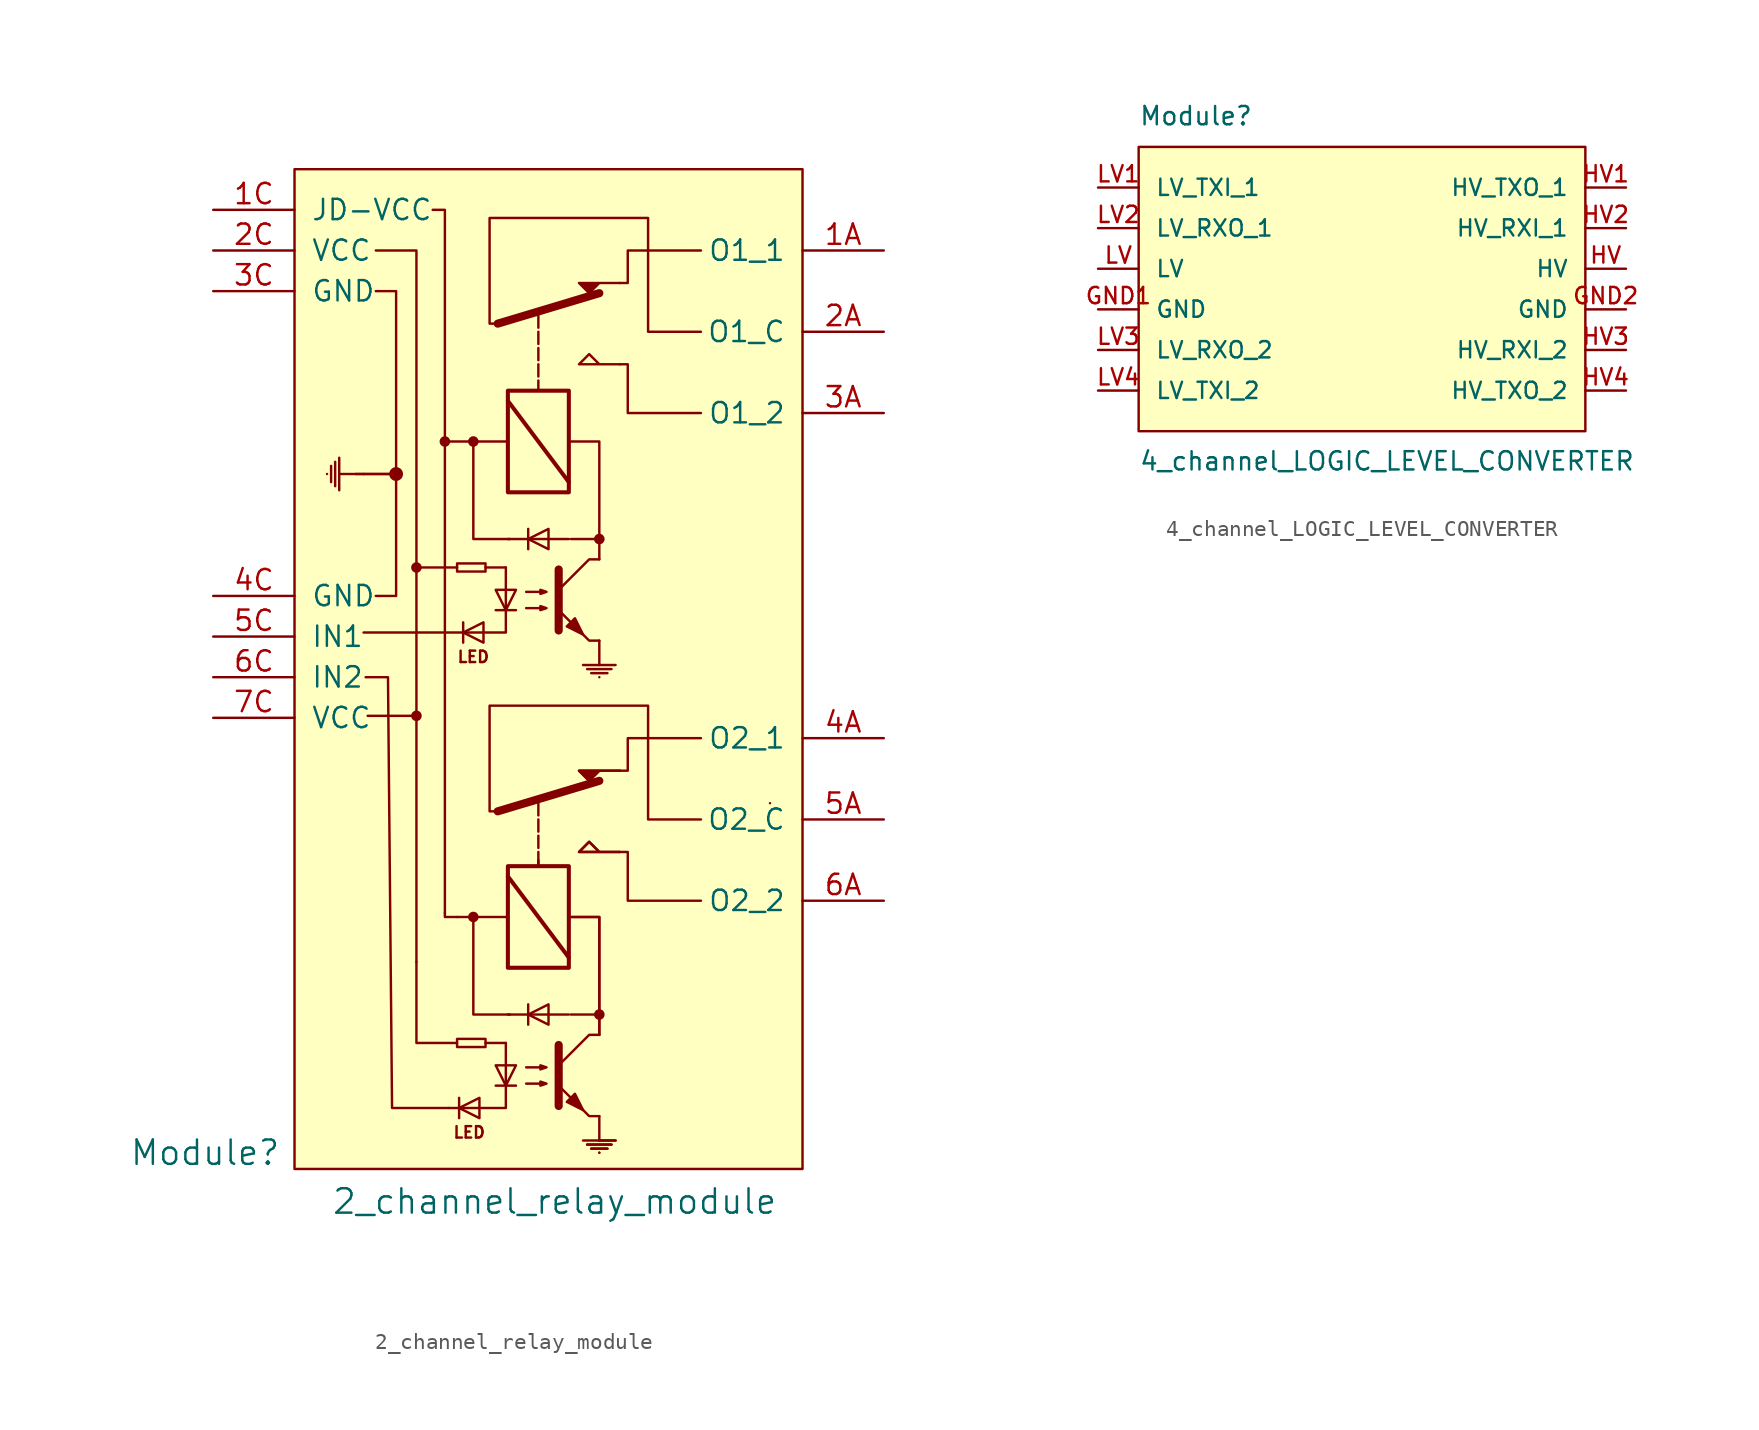
<source format=kicad_sym>
(kicad_symbol_lib
  (version 20211014)
  (generator kicad_symbol_editor)
  (symbol "2_channel_relay_module"
    (pin_names
      (offset 1.016))
    (property "Reference" "Module"
      (at -5.588 -61.468 0)
      (effects (font (size 1.524 1.524))))
    (property "Value" "2_channel_relay_module"
      (at 16.256 -64.516 0)
      (effects (font (size 1.524 1.524))))
    (symbol "2_channel_relay_module_0_0"
      (polyline (pts (xy 5.08 -5.08) (xy 7.62 -5.08) (xy 7.62 -49.53)) (stroke (width 0) (type default) (color 0 0 0 0)) (fill (type none)))
      (polyline (pts (xy 6.35 -19.05) (xy 6.35 -26.67) (xy 5.08 -26.67)) (stroke (width 0) (type default) (color 0 0 0 0)) (fill (type none)))
      (polyline (pts (xy 5.08 -7.62) (xy 6.35 -7.62) (xy 6.35 -19.05) (xy 3.81 -19.05)) (stroke (width 0) (type default) (color 0 0 0 0)) (fill (type none)))
      (text "LED" (at 10.922 -60.198 0) (effects (font (size 0.711 0.711))))
      (text "LED" (at 11.176 -30.48 0) (effects (font (size 0.711 0.711)))))
    (symbol "2_channel_relay_module_0_1"
      (polyline (pts (xy 2.032 -19.05) (xy 2.032 -19.05)) (stroke (width 0) (type default) (color 0 0 0 0)) (fill (type none)))
      (polyline (pts (xy 2.286 -18.542) (xy 2.286 -19.558)) (stroke (width 0) (type default) (color 0 0 0 0)) (fill (type none)))
      (polyline (pts (xy 2.54 -18.288) (xy 2.54 -19.812)) (stroke (width 0) (type default) (color 0 0 0 0)) (fill (type none)))
      (polyline (pts (xy 2.794 -19.05) (xy 2.794 -20.066)) (stroke (width 0) (type default) (color 0 0 0 0)) (fill (type none)))
      (polyline (pts (xy 4.572 -34.163) (xy 7.62 -34.163)) (stroke (width 0) (type default) (color 0 0 0 0)) (fill (type none)))
      (polyline (pts (xy 6.096 -19.05) (xy 4.318 -19.05)) (stroke (width 0) (type default) (color 0 0 0 0)) (fill (type none)))
      (polyline (pts (xy 10.16 -24.892) (xy 7.62 -24.892)) (stroke (width 0) (type default) (color 0 0 0 0)) (fill (type none)))
      (polyline (pts (xy 11.938 -54.61) (xy 13.208 -54.61)) (stroke (width 0) (type default) (color 0 0 0 0)) (fill (type none)))
      (polyline (pts (xy 11.938 -24.892) (xy 13.208 -24.892)) (stroke (width 0) (type default) (color 0 0 0 0)) (fill (type none)))
      (polyline (pts (xy 13.259 -17.018) (xy 9.398 -17.018)) (stroke (width 0) (type default) (color 0 0 0 0)) (fill (type none)))
      (polyline (pts (xy 15.24 -13.208) (xy 15.24 -13.716)) (stroke (width 0) (type default) (color 0 0 0 0)) (fill (type none)))
      (polyline (pts (xy 15.24 -12.192) (xy 15.24 -12.954)) (stroke (width 0) (type default) (color 0 0 0 0)) (fill (type none)))
      (polyline (pts (xy 15.24 -11.176) (xy 15.24 -11.938)) (stroke (width 0) (type default) (color 0 0 0 0)) (fill (type none)))
      (polyline (pts (xy 15.24 -10.16) (xy 15.24 -10.922)) (stroke (width 0) (type default) (color 0 0 0 0)) (fill (type none)))
      (polyline (pts (xy 15.24 -9.144) (xy 15.24 -9.906)) (stroke (width 0) (type default) (color 0 0 0 0)) (fill (type none)))
      (polyline (pts (xy 17.272 -23.114) (xy 19.05 -23.114)) (stroke (width 0) (type default) (color 0 0 0 0)) (fill (type none)))
      (polyline (pts (xy 18.288 -60.96) (xy 19.812 -60.96)) (stroke (width 0) (type default) (color 0 0 0 0)) (fill (type none)))
      (polyline (pts (xy 18.288 -31.242) (xy 19.812 -31.242)) (stroke (width 0) (type default) (color 0 0 0 0)) (fill (type none)))
      (polyline (pts (xy 18.542 -61.214) (xy 19.558 -61.214)) (stroke (width 0) (type default) (color 0 0 0 0)) (fill (type none)))
      (polyline (pts (xy 18.542 -31.496) (xy 19.558 -31.496)) (stroke (width 0) (type default) (color 0 0 0 0)) (fill (type none)))
      (polyline (pts (xy 19.05 -61.468) (xy 19.05 -61.468)) (stroke (width 0) (type default) (color 0 0 0 0)) (fill (type none)))
      (polyline (pts (xy 19.05 -60.706) (xy 20.066 -60.706)) (stroke (width 0) (type default) (color 0 0 0 0)) (fill (type none)))
      (polyline (pts (xy 19.05 -31.75) (xy 19.05 -31.75)) (stroke (width 0) (type default) (color 0 0 0 0)) (fill (type none)))
      (polyline (pts (xy 19.05 -30.988) (xy 20.066 -30.988)) (stroke (width 0) (type default) (color 0 0 0 0)) (fill (type none)))
      (polyline (pts (xy 29.718 -39.624) (xy 29.718 -39.624)) (stroke (width 0) (type default) (color 0 0 0 0)) (fill (type none)))
      (polyline (pts (xy 4.318 -19.05) (xy 2.794 -19.05) (xy 2.794 -18.034)) (stroke (width 0) (type default) (color 0 0 0 0)) (fill (type none)))
      (polyline (pts (xy 8.636 -2.54) (xy 9.398 -2.54) (xy 9.398 -46.482)) (stroke (width 0) (type default) (color 0 0 0 0)) (fill (type none)))
      (polyline (pts (xy 10.16 -54.61) (xy 7.62 -54.61) (xy 7.62 -49.53)) (stroke (width 0) (type default) (color 0 0 0 0)) (fill (type none)))
      (polyline (pts (xy 10.16 -46.736) (xy 9.398 -46.736) (xy 9.398 -46.482)) (stroke (width 0) (type default) (color 0 0 0 0)) (fill (type none)))
      (polyline (pts (xy 13.208 -54.61) (xy 13.208 -58.674) (xy 9.652 -58.674)) (stroke (width 0) (type default) (color 0 0 0 0)) (fill (type none)))
      (polyline (pts (xy 13.208 -24.892) (xy 13.208 -28.956) (xy 4.318 -28.956)) (stroke (width 0) (type default) (color 0 0 0 0)) (fill (type none)))
      (polyline (pts (xy 13.462 -23.114) (xy 11.176 -23.114) (xy 11.176 -17.018)) (stroke (width 0) (type default) (color 0 0 0 0)) (fill (type none)))
      (polyline (pts (xy 17.272 -46.736) (xy 19.05 -46.736) (xy 19.05 -54.102)) (stroke (width 0) (type default) (color 0 0 0 0)) (fill (type none)))
      (polyline (pts (xy 17.272 -17.018) (xy 19.05 -17.018) (xy 19.05 -24.384)) (stroke (width 0) (type default) (color 0 0 0 0)) (fill (type none)))
      (polyline (pts (xy 19.05 -59.182) (xy 19.05 -60.706) (xy 18.034 -60.706)) (stroke (width 0) (type default) (color 0 0 0 0)) (fill (type none)))
      (polyline (pts (xy 19.05 -29.464) (xy 19.05 -30.988) (xy 18.034 -30.988)) (stroke (width 0) (type default) (color 0 0 0 0)) (fill (type none)))
      (polyline (pts (xy 4.445 -31.75) (xy 5.842 -31.75) (xy 6.096 -58.674) (xy 9.652 -58.674)) (stroke (width 0) (type default) (color 0 0 0 0)) (fill (type none)))
      (polyline (pts (xy 20.32 -42.672) (xy 20.828 -42.672) (xy 20.828 -45.72) (xy 25.4 -45.72)) (stroke (width 0) (type default) (color 0 0 0 0)) (fill (type none)))
      (polyline (pts (xy 20.32 -37.592) (xy 20.828 -37.592) (xy 20.828 -35.56) (xy 25.4 -35.56)) (stroke (width 0) (type default) (color 0 0 0 0)) (fill (type none)))
      (polyline (pts (xy 20.32 -12.192) (xy 20.828 -12.192) (xy 20.828 -15.24) (xy 25.4 -15.24)) (stroke (width 0) (type default) (color 0 0 0 0)) (fill (type none)))
      (polyline (pts (xy 20.32 -7.112) (xy 20.828 -7.112) (xy 20.828 -5.08) (xy 25.4 -5.08)) (stroke (width 0) (type default) (color 0 0 0 0)) (fill (type none)))
      (polyline (pts (xy 25.4 -40.64) (xy 22.098 -40.64) (xy 22.098 -33.528) (xy 12.192 -33.528) (xy 12.192 -40.132) (xy 12.7 -40.132)) (stroke (width 0) (type default) (color 0 0 0 0)) (fill (type none)))
      (polyline (pts (xy 25.4 -10.16) (xy 22.098 -10.16) (xy 22.098 -3.048) (xy 12.192 -3.048) (xy 12.192 -9.652) (xy 12.7 -9.652)) (stroke (width 0) (type default) (color 0 0 0 0)) (fill (type none)))
      (circle (center 6.35 -19.05) (radius 0.356) (stroke (width 0) (type default) (color 0 0 0 0)) (fill (type outline)))
      (circle (center 7.62 -34.163) (radius 0.254) (stroke (width 0) (type default) (color 0 0 0 0)) (fill (type outline)))
      (circle (center 7.62 -24.892) (radius 0.254) (stroke (width 0) (type default) (color 0 0 0 0)) (fill (type outline)))
      (circle (center 9.398 -17.018) (radius 0.254) (stroke (width 0) (type default) (color 0 0 0 0)) (fill (type outline)))
      (circle (center 11.176 -17.018) (radius 0.254) (stroke (width 0) (type default) (color 0 0 0 0)) (fill (type outline)))
      (rectangle (start 11.938 -54.864) (end 10.16 -54.356) (stroke (width 0) (type default) (color 0 0 0 0)) (fill (type none)))
      (rectangle (start 11.938 -25.146) (end 10.16 -24.638) (stroke (width 0) (type default) (color 0 0 0 0)) (fill (type none)))
      (circle (center 19.05 -23.114) (radius 0.254) (stroke (width 0) (type default) (color 0 0 0 0)) (fill (type outline)))
      (rectangle (start 31.75 -62.484) (end 0 0) (stroke (width 0) (type default) (color 0 0 0 0)) (fill (type background))))
    (symbol "2_channel_relay_module_1_1"
      (polyline (pts (xy 10.16 -46.736) (xy 13.335 -46.736)) (stroke (width 0) (type default) (color 0 0 0 0)) (fill (type none)))
      (polyline (pts (xy 10.287 -58.039) (xy 10.287 -59.309)) (stroke (width 0) (type default) (color 0 0 0 0)) (fill (type none)))
      (polyline (pts (xy 10.541 -28.321) (xy 10.541 -29.591)) (stroke (width 0) (type default) (color 0 0 0 0)) (fill (type none)))
      (polyline (pts (xy 12.573 -57.277) (xy 13.843 -57.277)) (stroke (width 0) (type default) (color 0 0 0 0)) (fill (type none)))
      (polyline (pts (xy 12.573 -27.559) (xy 13.843 -27.559)) (stroke (width 0) (type default) (color 0 0 0 0)) (fill (type none)))
      (polyline (pts (xy 12.7 -40.132) (xy 19.05 -38.227)) (stroke (width 0.508) (type default) (color 0 0 0 0)) (fill (type none)))
      (polyline (pts (xy 12.7 -9.652) (xy 19.05 -7.747)) (stroke (width 0.508) (type default) (color 0 0 0 0)) (fill (type none)))
      (polyline (pts (xy 14.605 -52.197) (xy 14.605 -53.467)) (stroke (width 0) (type default) (color 0 0 0 0)) (fill (type none)))
      (polyline (pts (xy 14.605 -22.479) (xy 14.605 -23.749)) (stroke (width 0) (type default) (color 0 0 0 0)) (fill (type none)))
      (polyline (pts (xy 15.24 -43.18) (xy 15.24 -43.434)) (stroke (width 0) (type default) (color 0 0 0 0)) (fill (type none)))
      (polyline (pts (xy 15.24 -42.672) (xy 15.24 -43.434)) (stroke (width 0) (type default) (color 0 0 0 0)) (fill (type none)))
      (polyline (pts (xy 15.24 -41.656) (xy 15.24 -42.418)) (stroke (width 0) (type default) (color 0 0 0 0)) (fill (type none)))
      (polyline (pts (xy 15.24 -40.64) (xy 15.24 -41.402)) (stroke (width 0) (type default) (color 0 0 0 0)) (fill (type none)))
      (polyline (pts (xy 15.24 -39.624) (xy 15.24 -40.386)) (stroke (width 0) (type default) (color 0 0 0 0)) (fill (type none)))
      (polyline (pts (xy 17.145 -49.276) (xy 13.335 -44.196)) (stroke (width 0.254) (type default) (color 0 0 0 0)) (fill (type none)))
      (polyline (pts (xy 17.145 -19.558) (xy 13.335 -14.478)) (stroke (width 0.254) (type default) (color 0 0 0 0)) (fill (type none)))
      (polyline (pts (xy 17.272 -52.832) (xy 19.05 -52.832)) (stroke (width 0) (type default) (color 0 0 0 0)) (fill (type none)))
      (polyline (pts (xy 18.288 -60.96) (xy 19.812 -60.96)) (stroke (width 0) (type default) (color 0 0 0 0)) (fill (type none)))
      (polyline (pts (xy 18.542 -61.214) (xy 19.558 -61.214)) (stroke (width 0) (type default) (color 0 0 0 0)) (fill (type none)))
      (polyline (pts (xy 19.05 -61.468) (xy 19.05 -61.468)) (stroke (width 0) (type default) (color 0 0 0 0)) (fill (type none)))
      (polyline (pts (xy 19.05 -60.706) (xy 20.066 -60.706)) (stroke (width 0) (type default) (color 0 0 0 0)) (fill (type none)))
      (polyline (pts (xy 13.335 -52.832) (xy 16.51 -52.832) (xy 17.145 -52.832)) (stroke (width 0) (type default) (color 0 0 0 0)) (fill (type none)))
      (polyline (pts (xy 13.335 -23.114) (xy 16.51 -23.114) (xy 17.145 -23.114)) (stroke (width 0) (type default) (color 0 0 0 0)) (fill (type none)))
      (polyline (pts (xy 13.462 -52.832) (xy 11.176 -52.832) (xy 11.176 -46.736)) (stroke (width 0) (type default) (color 0 0 0 0)) (fill (type none)))
      (polyline (pts (xy 16.51 -54.737) (xy 16.51 -58.547) (xy 16.51 -58.547)) (stroke (width 0.508) (type default) (color 0 0 0 0)) (fill (type none)))
      (polyline (pts (xy 16.51 -25.019) (xy 16.51 -28.829) (xy 16.51 -28.829)) (stroke (width 0.508) (type default) (color 0 0 0 0)) (fill (type none)))
      (polyline (pts (xy 17.272 -46.736) (xy 19.05 -46.736) (xy 19.05 -54.102)) (stroke (width 0) (type default) (color 0 0 0 0)) (fill (type none)))
      (polyline (pts (xy 10.287 -58.674) (xy 11.557 -58.039) (xy 11.557 -59.309) (xy 10.287 -58.674)) (stroke (width 0) (type default) (color 0 0 0 0)) (fill (type none)))
      (polyline (pts (xy 10.541 -28.956) (xy 11.811 -28.321) (xy 11.811 -29.591) (xy 10.541 -28.956)) (stroke (width 0) (type default) (color 0 0 0 0)) (fill (type none)))
      (polyline (pts (xy 13.208 -57.277) (xy 12.573 -56.007) (xy 13.843 -56.007) (xy 13.208 -57.277)) (stroke (width 0) (type default) (color 0 0 0 0)) (fill (type none)))
      (polyline (pts (xy 13.208 -27.559) (xy 12.573 -26.289) (xy 13.843 -26.289) (xy 13.208 -27.559)) (stroke (width 0) (type default) (color 0 0 0 0)) (fill (type none)))
      (polyline (pts (xy 14.605 -52.832) (xy 15.875 -52.197) (xy 15.875 -53.467) (xy 14.605 -52.832)) (stroke (width 0) (type default) (color 0 0 0 0)) (fill (type none)))
      (polyline (pts (xy 14.605 -23.114) (xy 15.875 -22.479) (xy 15.875 -23.749) (xy 14.605 -23.114)) (stroke (width 0) (type default) (color 0 0 0 0)) (fill (type none)))
      (polyline (pts (xy 20.32 -42.672) (xy 17.78 -42.672) (xy 18.415 -42.037) (xy 19.05 -42.672)) (stroke (width 0) (type default) (color 0 0 0 0)) (fill (type none)))
      (polyline (pts (xy 20.32 -42.672) (xy 17.78 -42.672) (xy 18.415 -42.037) (xy 19.05 -42.672)) (stroke (width 0) (type default) (color 0 0 0 0)) (fill (type none)))
      (polyline (pts (xy 20.32 -37.592) (xy 17.78 -37.592) (xy 18.415 -38.227) (xy 19.05 -37.592)) (stroke (width 0) (type default) (color 0 0 0 0)) (fill (type outline)))
      (polyline (pts (xy 20.32 -37.592) (xy 17.78 -37.592) (xy 18.415 -38.227) (xy 19.05 -37.592)) (stroke (width 0) (type default) (color 0 0 0 0)) (fill (type outline)))
      (polyline (pts (xy 20.32 -12.192) (xy 17.78 -12.192) (xy 18.415 -11.557) (xy 19.05 -12.192)) (stroke (width 0) (type default) (color 0 0 0 0)) (fill (type none)))
      (polyline (pts (xy 20.32 -7.112) (xy 17.78 -7.112) (xy 18.415 -7.747) (xy 19.05 -7.112)) (stroke (width 0) (type default) (color 0 0 0 0)) (fill (type outline)))
      (polyline (pts (xy 14.478 -57.15) (xy 15.748 -57.15) (xy 15.367 -57.277) (xy 15.367 -57.023) (xy 15.748 -57.15)) (stroke (width 0) (type default) (color 0 0 0 0)) (fill (type none)))
      (polyline (pts (xy 14.478 -56.134) (xy 15.748 -56.134) (xy 15.367 -56.261) (xy 15.367 -56.007) (xy 15.748 -56.134)) (stroke (width 0) (type default) (color 0 0 0 0)) (fill (type none)))
      (polyline (pts (xy 14.478 -27.432) (xy 15.748 -27.432) (xy 15.367 -27.559) (xy 15.367 -27.305) (xy 15.748 -27.432)) (stroke (width 0) (type default) (color 0 0 0 0)) (fill (type none)))
      (polyline (pts (xy 14.478 -26.416) (xy 15.748 -26.416) (xy 15.367 -26.543) (xy 15.367 -26.289) (xy 15.748 -26.416)) (stroke (width 0) (type default) (color 0 0 0 0)) (fill (type none)))
      (polyline (pts (xy 17.018 -58.293) (xy 17.526 -57.785) (xy 18.034 -58.801) (xy 17.018 -58.293) (xy 17.018 -58.293)) (stroke (width 0) (type default) (color 0 0 0 0)) (fill (type outline)))
      (polyline (pts (xy 17.018 -28.575) (xy 17.526 -28.067) (xy 18.034 -29.083) (xy 17.018 -28.575) (xy 17.018 -28.575)) (stroke (width 0) (type default) (color 0 0 0 0)) (fill (type outline)))
      (polyline (pts (xy 19.05 -54.102) (xy 18.415 -54.102) (xy 16.51 -56.007) (xy 16.51 -57.277) (xy 18.415 -59.182) (xy 19.05 -59.182)) (stroke (width 0) (type default) (color 0 0 0 0)) (fill (type none)))
      (polyline (pts (xy 19.05 -24.384) (xy 18.415 -24.384) (xy 16.51 -26.289) (xy 16.51 -27.559) (xy 18.415 -29.464) (xy 19.05 -29.464)) (stroke (width 0) (type default) (color 0 0 0 0)) (fill (type none)))
      (circle (center 11.176 -46.736) (radius 0.254) (stroke (width 0) (type default) (color 0 0 0 0)) (fill (type outline)))
      (rectangle (start 17.145 -43.561) (end 13.335 -49.911) (stroke (width 0.254) (type default) (color 0 0 0 0)) (fill (type none)))
      (rectangle (start 17.145 -13.843) (end 13.335 -20.193) (stroke (width 0.254) (type default) (color 0 0 0 0)) (fill (type none)))
      (circle (center 19.05 -52.832) (radius 0.254) (stroke (width 0) (type default) (color 0 0 0 0)) (fill (type outline)))
      (pin passive line (at 36.83 -5.08 180) (length 5.08) (name "O1_1" (effects (font (size 1.27 1.27)))) (number "1A" (effects (font (size 1.27 1.27)))))
      (pin power_in line (at -5.08 -2.54 0) (length 5.08) (name "JD-VCC" (effects (font (size 1.27 1.27)))) (number "1C" (effects (font (size 1.27 1.27)))))
      (pin passive line (at 36.83 -10.16 180) (length 5.08) (name "O1_C" (effects (font (size 1.27 1.27)))) (number "2A" (effects (font (size 1.27 1.27)))))
      (pin power_in line (at -5.08 -5.08 0) (length 5.08) (name "VCC" (effects (font (size 1.27 1.27)))) (number "2C" (effects (font (size 1.27 1.27)))))
      (pin passive line (at 36.83 -15.24 180) (length 5.08) (name "O1_2" (effects (font (size 1.27 1.27)))) (number "3A" (effects (font (size 1.27 1.27)))))
      (pin power_in line (at -5.08 -7.62 0) (length 5.08) (name "GND" (effects (font (size 1.27 1.27)))) (number "3C" (effects (font (size 1.27 1.27)))))
      (pin passive line (at 36.83 -35.56 180) (length 5.08) (name "O2_1" (effects (font (size 1.27 1.27)))) (number "4A" (effects (font (size 1.27 1.27)))))
      (pin power_in line (at -5.08 -26.67 0) (length 5.08) (name "GND" (effects (font (size 1.27 1.27)))) (number "4C" (effects (font (size 1.27 1.27)))))
      (pin passive line (at 36.83 -40.64 180) (length 5.08) (name "O2_C" (effects (font (size 1.27 1.27)))) (number "5A" (effects (font (size 1.27 1.27)))))
      (pin input line (at -5.08 -29.21 0) (length 5.08) (name "IN1" (effects (font (size 1.27 1.27)))) (number "5C" (effects (font (size 1.27 1.27)))))
      (pin passive line (at 36.83 -45.72 180) (length 5.08) (name "O2_2" (effects (font (size 1.27 1.27)))) (number "6A" (effects (font (size 1.27 1.27)))))
      (pin input line (at -5.08 -31.75 0) (length 5.08) (name "IN2" (effects (font (size 1.27 1.27)))) (number "6C" (effects (font (size 1.27 1.27)))))
      (pin power_in line (at -5.08 -34.29 0) (length 5.08) (name "VCC" (effects (font (size 1.27 1.27)))) (number "7C" (effects (font (size 1.27 1.27)))))))
  (symbol "4_channel_LOGIC_LEVEL_CONVERTER"
    (pin_names
      (offset 1.016))
    (property "Reference" "Module"
      (at -13.97 11.43 0)
      (effects (font (size 1.143 1.143)) (justify left bottom)))
    (property "Value" "4_channel_LOGIC_LEVEL_CONVERTER"
      (at -13.97 -10.16 0)
      (effects (font (size 1.143 1.143)) (justify left bottom)))
    (symbol "4_channel_LOGIC_LEVEL_CONVERTER_1_1"
      (polyline (pts (xy -13.97 -7.62) (xy -13.97 10.16) (xy 13.97 10.16) (xy 13.97 -7.62) (xy -13.97 -7.62)) (stroke (width 0) (type default) (color 0 0 0 0)) (fill (type background)))
      (pin power_in line (at -16.51 0 0) (length 2.54) (name "GND" (effects (font (size 1.016 1.016)))) (number "GND1" (effects (font (size 1.016 1.016)))))
      (pin power_in line (at 16.51 0 180) (length 2.54) (name "GND" (effects (font (size 1.016 1.016)))) (number "GND2" (effects (font (size 1.016 1.016)))))
      (pin power_in line (at 16.51 2.54 180) (length 2.54) (name "HV" (effects (font (size 1.016 1.016)))) (number "HV" (effects (font (size 1.016 1.016)))))
      (pin bidirectional line (at 16.51 7.62 180) (length 2.54) (name "HV_TXO_1" (effects (font (size 1.016 1.016)))) (number "HV1" (effects (font (size 1.016 1.016)))))
      (pin bidirectional line (at 16.51 5.08 180) (length 2.54) (name "HV_RXI_1" (effects (font (size 1.016 1.016)))) (number "HV2" (effects (font (size 1.016 1.016)))))
      (pin bidirectional line (at 16.51 -2.54 180) (length 2.54) (name "HV_RXI_2" (effects (font (size 1.016 1.016)))) (number "HV3" (effects (font (size 1.016 1.016)))))
      (pin bidirectional line (at 16.51 -5.08 180) (length 2.54) (name "HV_TXO_2" (effects (font (size 1.016 1.016)))) (number "HV4" (effects (font (size 1.016 1.016)))))
      (pin power_in line (at -16.51 2.54 0) (length 2.54) (name "LV" (effects (font (size 1.016 1.016)))) (number "LV" (effects (font (size 1.016 1.016)))))
      (pin bidirectional line (at -16.51 7.62 0) (length 2.54) (name "LV_TXI_1" (effects (font (size 1.016 1.016)))) (number "LV1" (effects (font (size 1.016 1.016)))))
      (pin bidirectional line (at -16.51 5.08 0) (length 2.54) (name "LV_RXO_1" (effects (font (size 1.016 1.016)))) (number "LV2" (effects (font (size 1.016 1.016)))))
      (pin bidirectional line (at -16.51 -2.54 0) (length 2.54) (name "LV_RXO_2" (effects (font (size 1.016 1.016)))) (number "LV3" (effects (font (size 1.016 1.016)))))
      (pin bidirectional line (at -16.51 -5.08 0) (length 2.54) (name "LV_TXI_2" (effects (font (size 1.016 1.016)))) (number "LV4" (effects (font (size 1.016 1.016))))))))
</source>
